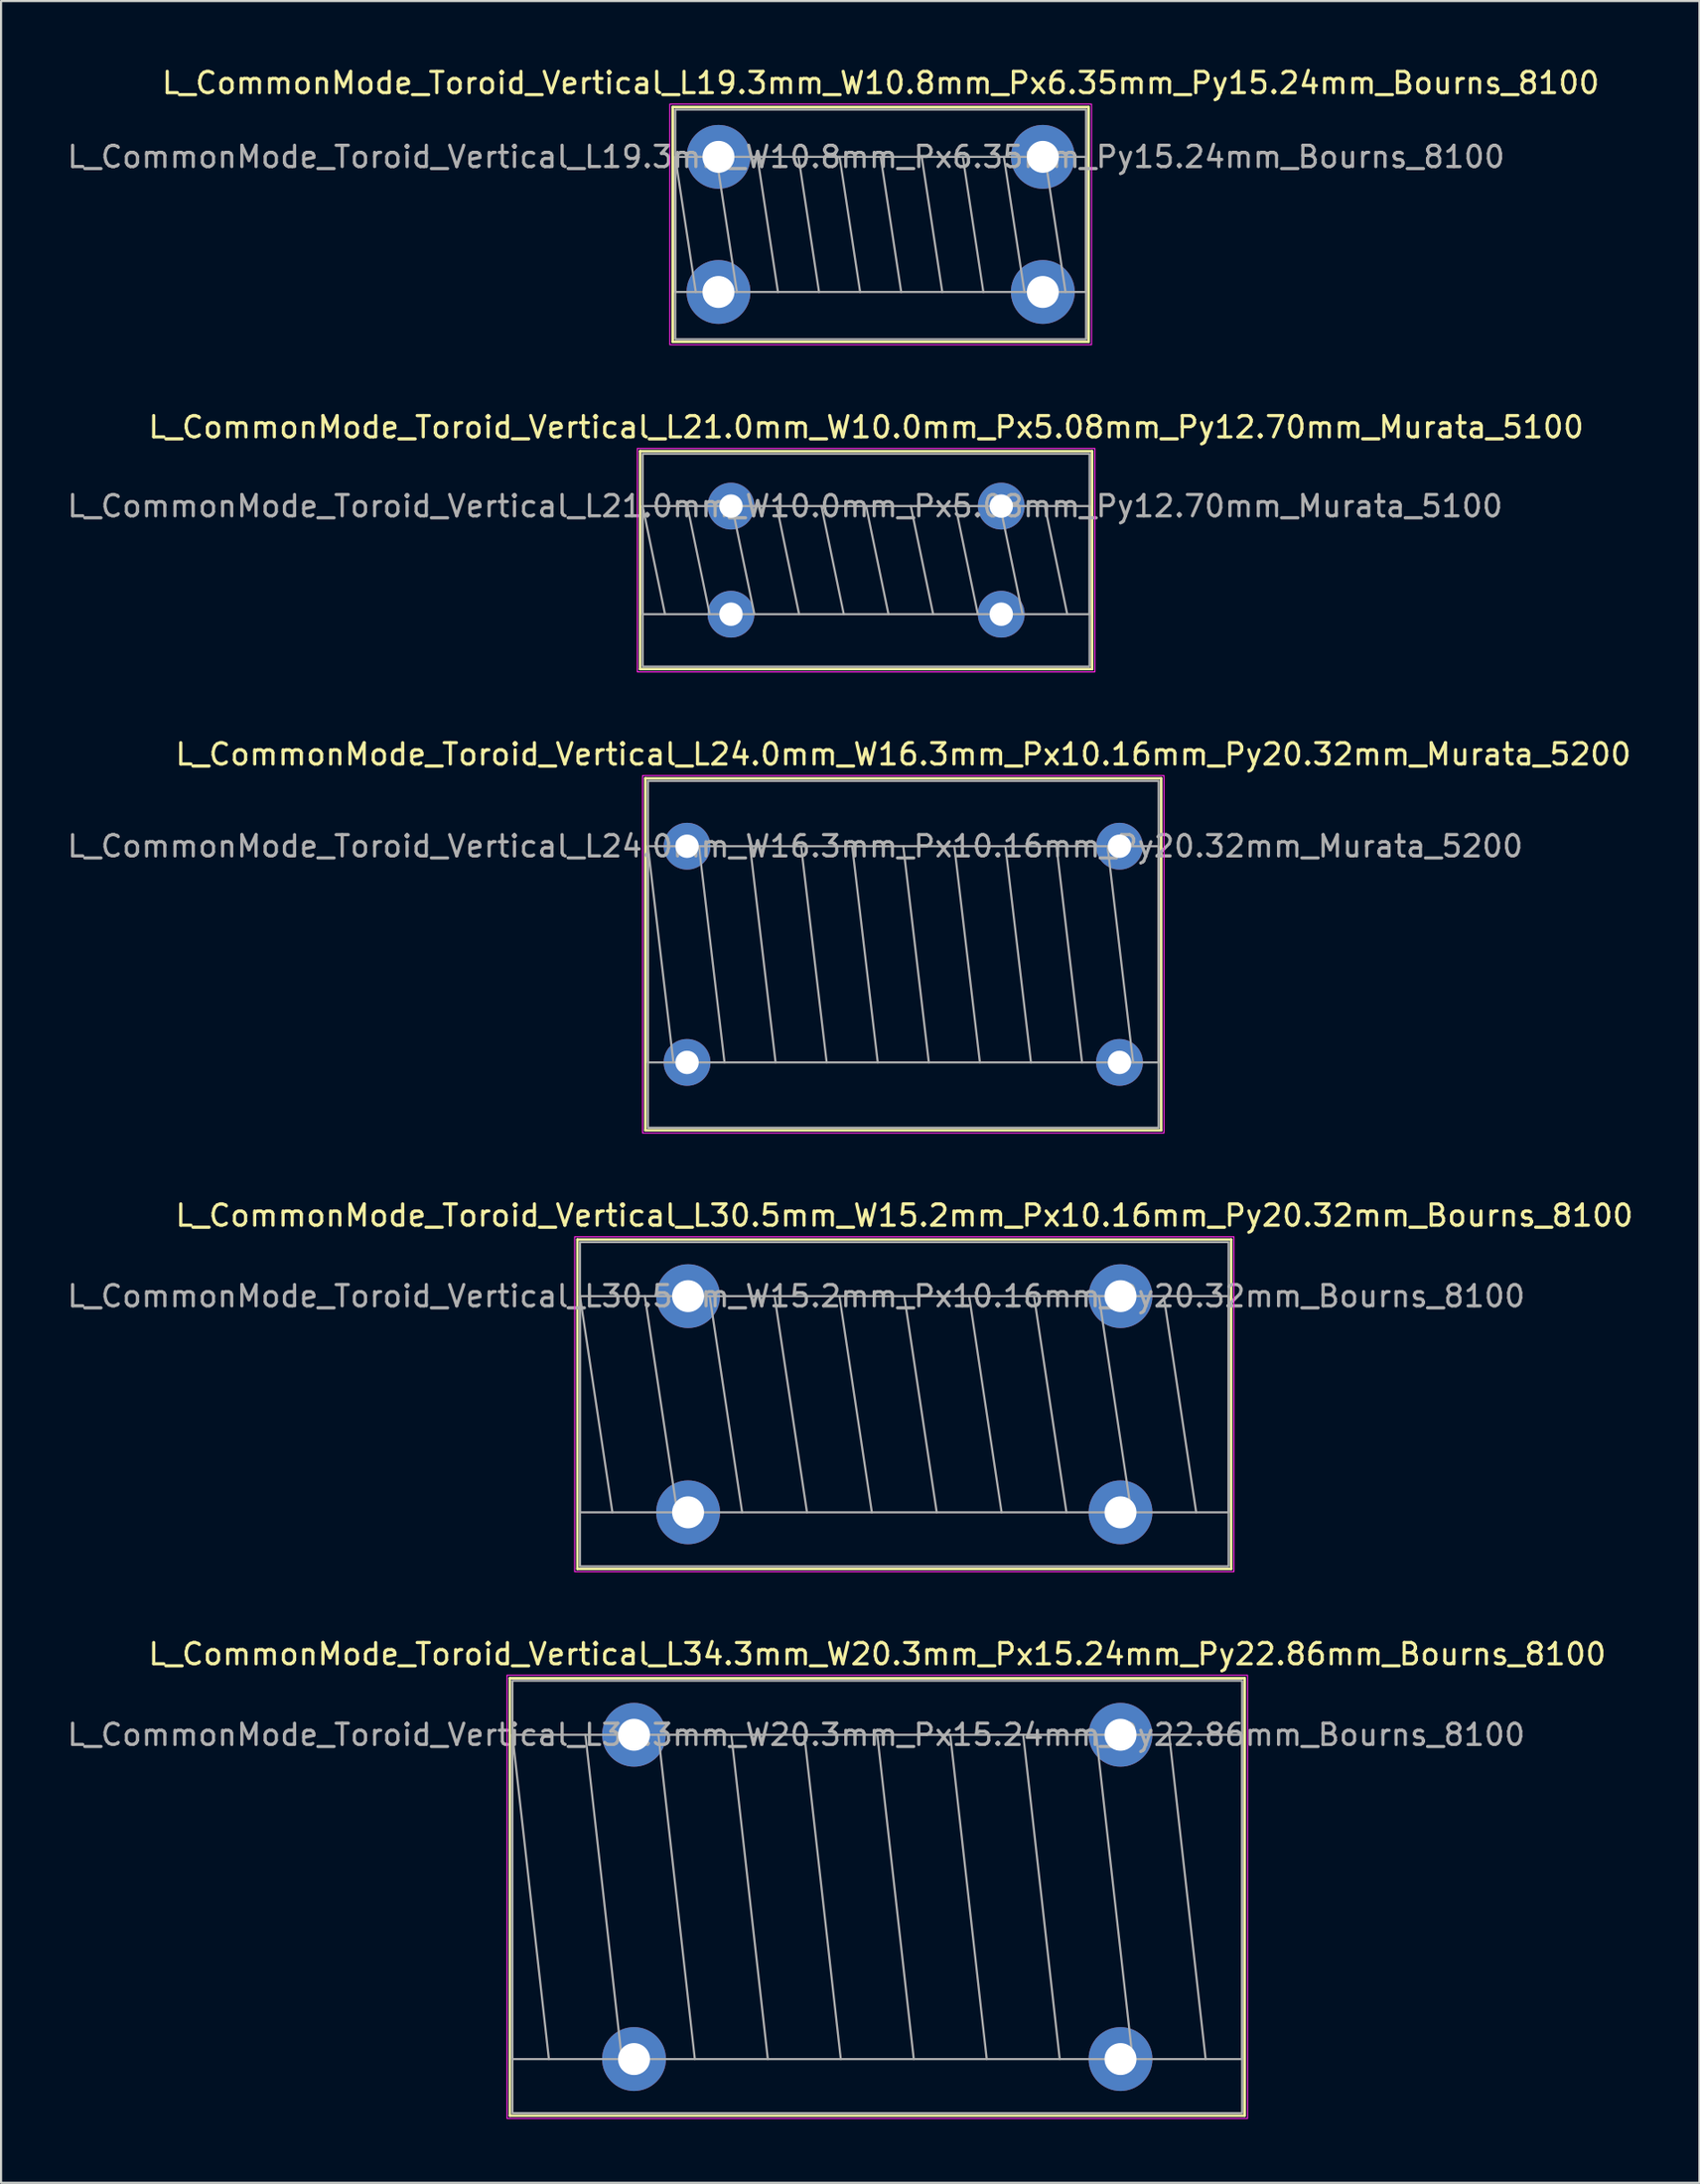
<source format=kicad_pcb>
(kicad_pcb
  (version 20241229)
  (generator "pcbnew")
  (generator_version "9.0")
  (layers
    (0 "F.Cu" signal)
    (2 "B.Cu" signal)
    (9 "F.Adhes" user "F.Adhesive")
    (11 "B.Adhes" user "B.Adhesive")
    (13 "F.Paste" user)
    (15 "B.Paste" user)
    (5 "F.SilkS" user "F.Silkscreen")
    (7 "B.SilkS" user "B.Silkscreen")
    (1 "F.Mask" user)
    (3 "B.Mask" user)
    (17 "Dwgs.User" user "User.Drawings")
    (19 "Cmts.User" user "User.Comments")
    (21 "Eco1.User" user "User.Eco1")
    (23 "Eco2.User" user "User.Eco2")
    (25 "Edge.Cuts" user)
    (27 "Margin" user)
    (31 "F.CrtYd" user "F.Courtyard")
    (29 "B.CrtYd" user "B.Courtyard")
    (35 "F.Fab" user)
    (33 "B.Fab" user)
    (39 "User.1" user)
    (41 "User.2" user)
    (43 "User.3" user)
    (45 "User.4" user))
  (footprint "L_CommonMode_Toroid_Vertical_L19.3mm_W10.8mm_Px6.35mm_Py15.24mm_Bourns_8100"
    (layer "F.Cu")
    (at 30.712 4.321)
    (property "Reference" "L_CommonMode_Toroid_Vertical_L19.3mm_W10.8mm_Px6.35mm_Py15.24mm_Bourns_8100" (at 7.62 -3.473 0) (layer "F.SilkS") (effects (font (size 1 1) (thickness 0.15))))
    (attr through_hole)
    (fp_line (start -2.152 -2.343) (end -2.152 8.693) (stroke (width 0.12) (type solid)) (layer "F.SilkS"))
    (fp_line (start -2.152 -2.343) (end 17.392 -2.343) (stroke (width 0.12) (type solid)) (layer "F.SilkS"))
    (fp_line (start -2.152 8.693) (end 17.392 8.693) (stroke (width 0.12) (type solid)) (layer "F.SilkS"))
    (fp_line (start 17.392 -2.343) (end 17.392 8.693) (stroke (width 0.12) (type solid)) (layer "F.SilkS"))
    (fp_rect (start -2.29 -2.48) (end 17.53 8.83) (stroke (width 0.05) (type solid)) (fill no) (layer "F.CrtYd"))
    (fp_line (start -2.032 0) (end -1.067 6.35) (stroke (width 0.1) (type solid)) (layer "F.Fab"))
    (fp_line (start -0.102 0) (end 0.864 6.35) (stroke (width 0.1) (type solid)) (layer "F.Fab"))
    (fp_line (start 1.829 0) (end 2.794 6.35) (stroke (width 0.1) (type solid)) (layer "F.Fab"))
    (fp_line (start 3.759 0) (end 4.724 6.35) (stroke (width 0.1) (type solid)) (layer "F.Fab"))
    (fp_line (start 5.69 0) (end 6.655 6.35) (stroke (width 0.1) (type solid)) (layer "F.Fab"))
    (fp_line (start 7.62 0) (end 8.585 6.35) (stroke (width 0.1) (type solid)) (layer "F.Fab"))
    (fp_line (start 9.55 0) (end 10.516 6.35) (stroke (width 0.1) (type solid)) (layer "F.Fab"))
    (fp_line (start 11.481 0) (end 12.446 6.35) (stroke (width 0.1) (type solid)) (layer "F.Fab"))
    (fp_line (start 13.411 0) (end 14.376 6.35) (stroke (width 0.1) (type solid)) (layer "F.Fab"))
    (fp_line (start 15.342 0) (end 16.307 6.35) (stroke (width 0.1) (type solid)) (layer "F.Fab"))
    (fp_rect (start -2.032 -2.223) (end 17.272 8.572) (stroke (width 0.1) (type solid)) (fill no) (layer "F.Fab"))
    (fp_rect (start -2.032 0) (end 17.272 6.35) (stroke (width 0.1) (type solid)) (fill no) (layer "F.Fab"))
    (fp_text user "${REFERENCE}" (at 3.175 0 0) (layer "F.Fab") (effects (font (size 1 1) (thickness 0.15))))
    (pad "1" thru_hole circle (at 0 0) (size 3 3) (drill 1.5) (layers "*.Cu" "*.Mask"))
    (pad "2" thru_hole circle (at 0 6.35) (size 3 3) (drill 1.5) (layers "*.Cu" "*.Mask"))
    (pad "3" thru_hole circle (at 15.24 6.35) (size 3 3) (drill 1.5) (layers "*.Cu" "*.Mask"))
    (pad "4" thru_hole circle (at 15.24 0) (size 3 3) (drill 1.5) (layers "*.Cu" "*.Mask")))
  (footprint "L_CommonMode_Toroid_Vertical_L30.5mm_W15.2mm_Px10.16mm_Py20.32mm_Bourns_8100"
    (layer "F.Cu")
    (at 29.283 57.861)
    (property "Reference" "L_CommonMode_Toroid_Vertical_L30.5mm_W15.2mm_Px10.16mm_Py20.32mm_Bourns_8100" (at 10.16 -3.79 0) (layer "F.SilkS") (effects (font (size 1 1) (thickness 0.15))))
    (attr through_hole)
    (fp_line (start -5.2 -2.66) (end -5.2 12.82) (stroke (width 0.12) (type solid)) (layer "F.SilkS"))
    (fp_line (start -5.2 -2.66) (end 25.52 -2.66) (stroke (width 0.12) (type solid)) (layer "F.SilkS"))
    (fp_line (start -5.2 12.82) (end 25.52 12.82) (stroke (width 0.12) (type solid)) (layer "F.SilkS"))
    (fp_line (start 25.52 -2.66) (end 25.52 12.82) (stroke (width 0.12) (type solid)) (layer "F.SilkS"))
    (fp_rect (start -5.33 -2.79) (end 25.65 12.95) (stroke (width 0.05) (type solid)) (fill no) (layer "F.CrtYd"))
    (fp_line (start -5.08 0) (end -3.556 10.16) (stroke (width 0.1) (type solid)) (layer "F.Fab"))
    (fp_line (start -2.032 0) (end -0.508 10.16) (stroke (width 0.1) (type solid)) (layer "F.Fab"))
    (fp_line (start 1.016 0) (end 2.54 10.16) (stroke (width 0.1) (type solid)) (layer "F.Fab"))
    (fp_line (start 4.064 0) (end 5.588 10.16) (stroke (width 0.1) (type solid)) (layer "F.Fab"))
    (fp_line (start 7.112 0) (end 8.636 10.16) (stroke (width 0.1) (type solid)) (layer "F.Fab"))
    (fp_line (start 10.16 0) (end 11.684 10.16) (stroke (width 0.1) (type solid)) (layer "F.Fab"))
    (fp_line (start 13.208 0) (end 14.732 10.16) (stroke (width 0.1) (type solid)) (layer "F.Fab"))
    (fp_line (start 16.256 0) (end 17.78 10.16) (stroke (width 0.1) (type solid)) (layer "F.Fab"))
    (fp_line (start 19.304 0) (end 20.828 10.16) (stroke (width 0.1) (type solid)) (layer "F.Fab"))
    (fp_line (start 22.352 0) (end 23.876 10.16) (stroke (width 0.1) (type solid)) (layer "F.Fab"))
    (fp_rect (start -5.08 -2.54) (end 25.4 12.7) (stroke (width 0.1) (type solid)) (fill no) (layer "F.Fab"))
    (fp_rect (start -5.08 0) (end 25.4 10.16) (stroke (width 0.1) (type solid)) (fill no) (layer "F.Fab"))
    (fp_text user "${REFERENCE}" (at 5.08 0 0) (layer "F.Fab") (effects (font (size 1 1) (thickness 0.15))))
    (pad "1" thru_hole circle (at 0 0) (size 3 3) (drill 1.5) (layers "*.Cu" "*.Mask"))
    (pad "2" thru_hole circle (at 0 10.16) (size 3 3) (drill 1.5) (layers "*.Cu" "*.Mask"))
    (pad "3" thru_hole circle (at 20.32 10.16) (size 3 3) (drill 1.5) (layers "*.Cu" "*.Mask"))
    (pad "4" thru_hole circle (at 20.32 0) (size 3 3) (drill 1.5) (layers "*.Cu" "*.Mask")))
  (footprint "L_CommonMode_Toroid_Vertical_L21.0mm_W10.0mm_Px5.08mm_Py12.70mm_Murata_5100"
    (layer "F.Cu")
    (at 31.299 20.734)
    (property "Reference" "L_CommonMode_Toroid_Vertical_L21.0mm_W10.0mm_Px5.08mm_Py12.70mm_Murata_5100" (at 6.35 -3.71 0) (layer "F.SilkS") (effects (font (size 1 1) (thickness 0.15))))
    (attr through_hole)
    (fp_line (start -4.27 -2.58) (end -4.27 7.66) (stroke (width 0.12) (type solid)) (layer "F.SilkS"))
    (fp_line (start -4.27 -2.58) (end 16.97 -2.58) (stroke (width 0.12) (type solid)) (layer "F.SilkS"))
    (fp_line (start -4.27 7.66) (end 16.97 7.66) (stroke (width 0.12) (type solid)) (layer "F.SilkS"))
    (fp_line (start 16.97 -2.58) (end 16.97 7.66) (stroke (width 0.12) (type solid)) (layer "F.SilkS"))
    (fp_rect (start -4.4 -2.71) (end 17.1 7.79) (stroke (width 0.05) (type solid)) (fill no) (layer "F.CrtYd"))
    (fp_line (start -4.15 0) (end -3.1 5.08) (stroke (width 0.1) (type solid)) (layer "F.Fab"))
    (fp_line (start -2.05 0) (end -1 5.08) (stroke (width 0.1) (type solid)) (layer "F.Fab"))
    (fp_line (start 0.05 0) (end 1.1 5.08) (stroke (width 0.1) (type solid)) (layer "F.Fab"))
    (fp_line (start 2.15 0) (end 3.2 5.08) (stroke (width 0.1) (type solid)) (layer "F.Fab"))
    (fp_line (start 4.25 0) (end 5.3 5.08) (stroke (width 0.1) (type solid)) (layer "F.Fab"))
    (fp_line (start 6.35 0) (end 7.4 5.08) (stroke (width 0.1) (type solid)) (layer "F.Fab"))
    (fp_line (start 8.45 0) (end 9.5 5.08) (stroke (width 0.1) (type solid)) (layer "F.Fab"))
    (fp_line (start 10.55 0) (end 11.6 5.08) (stroke (width 0.1) (type solid)) (layer "F.Fab"))
    (fp_line (start 12.65 0) (end 13.7 5.08) (stroke (width 0.1) (type solid)) (layer "F.Fab"))
    (fp_line (start 14.75 0) (end 15.8 5.08) (stroke (width 0.1) (type solid)) (layer "F.Fab"))
    (fp_rect (start -4.15 -2.46) (end 16.85 7.54) (stroke (width 0.1) (type solid)) (fill no) (layer "F.Fab"))
    (fp_rect (start -4.15 0) (end 16.85 5.08) (stroke (width 0.1) (type solid)) (fill no) (layer "F.Fab"))
    (fp_text user "${REFERENCE}" (at 2.54 0 0) (layer "F.Fab") (effects (font (size 1 1) (thickness 0.15))))
    (pad "1" thru_hole circle (at 0 0) (size 2.2 2.2) (drill 1.1) (layers "*.Cu" "*.Mask"))
    (pad "2" thru_hole circle (at 0 5.08) (size 2.2 2.2) (drill 1.1) (layers "*.Cu" "*.Mask"))
    (pad "3" thru_hole circle (at 12.7 5.08) (size 2.2 2.2) (drill 1.1) (layers "*.Cu" "*.Mask"))
    (pad "4" thru_hole circle (at 12.7 0) (size 2.2 2.2) (drill 1.1) (layers "*.Cu" "*.Mask")))
  (footprint "L_CommonMode_Toroid_Vertical_L34.3mm_W20.3mm_Px15.24mm_Py22.86mm_Bourns_8100"
    (layer "F.Cu")
    (at 26.743 78.474)
    (property "Reference" "L_CommonMode_Toroid_Vertical_L34.3mm_W20.3mm_Px15.24mm_Py22.86mm_Bourns_8100" (at 11.43 -3.79 0) (layer "F.SilkS") (effects (font (size 1 1) (thickness 0.15))))
    (attr through_hole)
    (fp_line (start -5.835 -2.66) (end -5.835 17.9) (stroke (width 0.12) (type solid)) (layer "F.SilkS"))
    (fp_line (start -5.835 -2.66) (end 28.695 -2.66) (stroke (width 0.12) (type solid)) (layer "F.SilkS"))
    (fp_line (start -5.835 17.9) (end 28.695 17.9) (stroke (width 0.12) (type solid)) (layer "F.SilkS"))
    (fp_line (start 28.695 -2.66) (end 28.695 17.9) (stroke (width 0.12) (type solid)) (layer "F.SilkS"))
    (fp_rect (start -5.97 -2.8) (end 28.83 18.03) (stroke (width 0.05) (type solid)) (fill no) (layer "F.CrtYd"))
    (fp_line (start -5.715 0) (end -4 15.24) (stroke (width 0.1) (type solid)) (layer "F.Fab"))
    (fp_line (start -2.286 0) (end -0.572 15.24) (stroke (width 0.1) (type solid)) (layer "F.Fab"))
    (fp_line (start 1.143 0) (end 2.857 15.24) (stroke (width 0.1) (type solid)) (layer "F.Fab"))
    (fp_line (start 4.572 0) (end 6.287 15.24) (stroke (width 0.1) (type solid)) (layer "F.Fab"))
    (fp_line (start 8.001 0) (end 9.716 15.24) (stroke (width 0.1) (type solid)) (layer "F.Fab"))
    (fp_line (start 11.43 0) (end 13.145 15.24) (stroke (width 0.1) (type solid)) (layer "F.Fab"))
    (fp_line (start 14.859 0) (end 16.573 15.24) (stroke (width 0.1) (type solid)) (layer "F.Fab"))
    (fp_line (start 18.288 0) (end 20.003 15.24) (stroke (width 0.1) (type solid)) (layer "F.Fab"))
    (fp_line (start 21.717 0) (end 23.431 15.24) (stroke (width 0.1) (type solid)) (layer "F.Fab"))
    (fp_line (start 25.146 0) (end 26.86 15.24) (stroke (width 0.1) (type solid)) (layer "F.Fab"))
    (fp_rect (start -5.715 -2.54) (end 28.575 17.78) (stroke (width 0.1) (type solid)) (fill no) (layer "F.Fab"))
    (fp_rect (start -5.715 0) (end 28.575 15.24) (stroke (width 0.1) (type solid)) (fill no) (layer "F.Fab"))
    (fp_text user "${REFERENCE}" (at 7.62 0 0) (layer "F.Fab") (effects (font (size 1 1) (thickness 0.15))))
    (pad "1" thru_hole circle (at 0 0) (size 3 3) (drill 1.5) (layers "*.Cu" "*.Mask"))
    (pad "2" thru_hole circle (at 0 15.24) (size 3 3) (drill 1.5) (layers "*.Cu" "*.Mask"))
    (pad "3" thru_hole circle (at 22.86 15.24) (size 3 3) (drill 1.5) (layers "*.Cu" "*.Mask"))
    (pad "4" thru_hole circle (at 22.86 0) (size 3 3) (drill 1.5) (layers "*.Cu" "*.Mask")))
  (footprint "L_CommonMode_Toroid_Vertical_L24.0mm_W16.3mm_Px10.16mm_Py20.32mm_Murata_5200"
    (layer "F.Cu")
    (at 29.235 36.717)
    (property "Reference" "L_CommonMode_Toroid_Vertical_L24.0mm_W16.3mm_Px10.16mm_Py20.32mm_Murata_5200" (at 10.16 -4.32 0) (layer "F.SilkS") (effects (font (size 1 1) (thickness 0.15))))
    (attr through_hole)
    (fp_line (start -1.96 -3.19) (end -1.96 13.35) (stroke (width 0.12) (type solid)) (layer "F.SilkS"))
    (fp_line (start -1.96 -3.19) (end 22.28 -3.19) (stroke (width 0.12) (type solid)) (layer "F.SilkS"))
    (fp_line (start -1.96 13.35) (end 22.28 13.35) (stroke (width 0.12) (type solid)) (layer "F.SilkS"))
    (fp_line (start 22.28 -3.19) (end 22.28 13.35) (stroke (width 0.12) (type solid)) (layer "F.SilkS"))
    (fp_rect (start -2.09 -3.32) (end 22.41 13.48) (stroke (width 0.05) (type solid)) (fill no) (layer "F.CrtYd"))
    (fp_line (start -1.84 0) (end -0.64 10.16) (stroke (width 0.1) (type solid)) (layer "F.Fab"))
    (fp_line (start 0.56 0) (end 1.76 10.16) (stroke (width 0.1) (type solid)) (layer "F.Fab"))
    (fp_line (start 2.96 0) (end 4.16 10.16) (stroke (width 0.1) (type solid)) (layer "F.Fab"))
    (fp_line (start 5.36 0) (end 6.56 10.16) (stroke (width 0.1) (type solid)) (layer "F.Fab"))
    (fp_line (start 7.76 0) (end 8.96 10.16) (stroke (width 0.1) (type solid)) (layer "F.Fab"))
    (fp_line (start 10.16 0) (end 11.36 10.16) (stroke (width 0.1) (type solid)) (layer "F.Fab"))
    (fp_line (start 12.56 0) (end 13.76 10.16) (stroke (width 0.1) (type solid)) (layer "F.Fab"))
    (fp_line (start 14.96 0) (end 16.16 10.16) (stroke (width 0.1) (type solid)) (layer "F.Fab"))
    (fp_line (start 17.36 0) (end 18.56 10.16) (stroke (width 0.1) (type solid)) (layer "F.Fab"))
    (fp_line (start 19.76 0) (end 20.96 10.16) (stroke (width 0.1) (type solid)) (layer "F.Fab"))
    (fp_rect (start -1.84 -3.07) (end 22.16 13.23) (stroke (width 0.1) (type solid)) (fill no) (layer "F.Fab"))
    (fp_rect (start -1.84 0) (end 22.16 10.16) (stroke (width 0.1) (type solid)) (fill no) (layer "F.Fab"))
    (fp_text user "${REFERENCE}" (at 5.08 0 0) (layer "F.Fab") (effects (font (size 1 1) (thickness 0.15))))
    (pad "1" thru_hole circle (at 0 0) (size 2.2 2.2) (drill 1.1) (layers "*.Cu" "*.Mask"))
    (pad "2" thru_hole circle (at 0 10.16) (size 2.2 2.2) (drill 1.1) (layers "*.Cu" "*.Mask"))
    (pad "3" thru_hole circle (at 20.32 10.16) (size 2.2 2.2) (drill 1.1) (layers "*.Cu" "*.Mask"))
    (pad "4" thru_hole circle (at 20.32 0) (size 2.2 2.2) (drill 1.1) (layers "*.Cu" "*.Mask")))
  (gr_rect
    (start -3 -3)
    (end 76.806 99.529)
    (stroke (width 0.1) (type default))
    (fill no)
    (layer "Edge.Cuts")))
</source>
